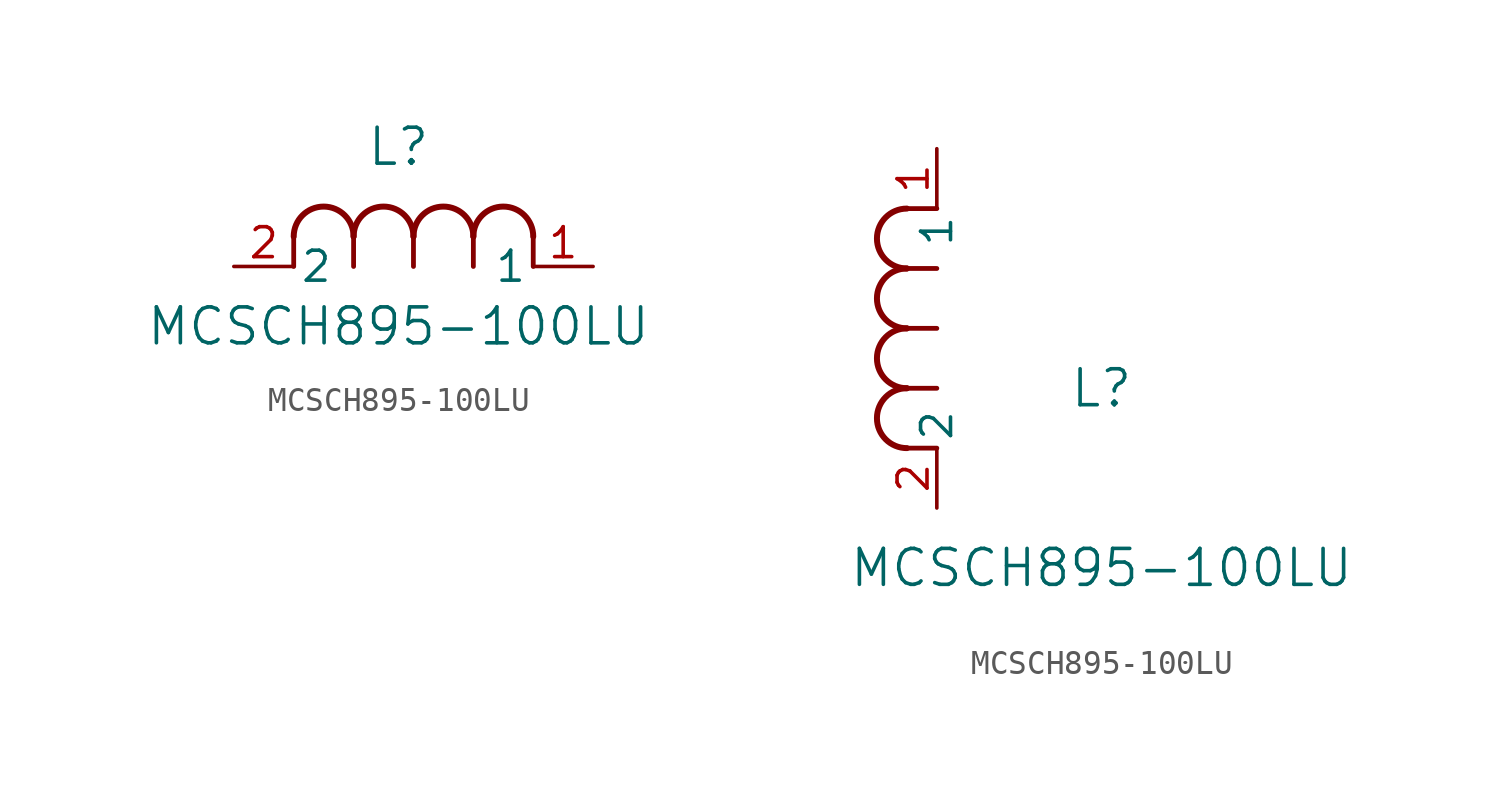
<source format=kicad_sym>
(kicad_symbol_lib
  (version 20211014)
  (generator kicad_symbol_editor)
  (symbol "MCSCH895-100LU"
    (pin_names
      (offset 0.254))
    (property "Reference" "L"
      (at 6.985 5.08 0)
      (effects (font (size 1.524 1.524))))
    (property "Value" "MCSCH895-100LU"
      (at 6.985 -2.54 0)
      (effects (font (size 1.524 1.524))))
    (symbol "MCSCH895-100LU_1_1"
      (arc (start 7.62 1.27) (mid 6.35 2.54) (end 5.08 1.27) (stroke (width 0.254) (type default) (color 0 0 0 0)) (fill (type none)))
      (polyline (pts (xy 5.08 0) (xy 5.08 1.27)) (stroke (width 0.203) (type default) (color 0 0 0 0)) (fill (type none)))
      (polyline (pts (xy 7.62 0) (xy 7.62 1.27)) (stroke (width 0.203) (type default) (color 0 0 0 0)) (fill (type none)))
      (polyline (pts (xy 12.7 0) (xy 12.7 1.27)) (stroke (width 0.203) (type default) (color 0 0 0 0)) (fill (type none)))
      (arc (start 5.08 1.27) (mid 3.81 2.54) (end 2.54 1.27) (stroke (width 0.254) (type default) (color 0 0 0 0)) (fill (type none)))
      (arc (start 10.16 1.27) (mid 8.89 2.54) (end 7.62 1.27) (stroke (width 0.254) (type default) (color 0 0 0 0)) (fill (type none)))
      (arc (start 12.7 1.27) (mid 11.43 2.54) (end 10.16 1.27) (stroke (width 0.254) (type default) (color 0 0 0 0)) (fill (type none)))
      (polyline (pts (xy 2.54 0) (xy 2.54 1.27)) (stroke (width 0.203) (type default) (color 0 0 0 0)) (fill (type none)))
      (polyline (pts (xy 10.16 0) (xy 10.16 1.27)) (stroke (width 0.203) (type default) (color 0 0 0 0)) (fill (type none)))
      (pin unspecified line (at 0 0 0) (length 2.54) (name "2" (effects (font (size 1.27 1.27)))) (number "2" (effects (font (size 1.27 1.27)))))
      (pin unspecified line (at 15.24 0 180) (length 2.54) (name "1" (effects (font (size 1.27 1.27)))) (number "1" (effects (font (size 1.27 1.27))))))
    (symbol "MCSCH895-100LU_1_2"
      (arc (start -1.27 7.62) (mid -2.54 6.35) (end -1.27 5.08) (stroke (width 0.254) (type default) (color 0 0 0 0)) (fill (type none)))
      (arc (start -1.27 5.08) (mid -2.54 3.81) (end -1.27 2.54) (stroke (width 0.254) (type default) (color 0 0 0 0)) (fill (type none)))
      (arc (start -1.27 12.7) (mid -2.54 11.43) (end -1.27 10.16) (stroke (width 0.254) (type default) (color 0 0 0 0)) (fill (type none)))
      (arc (start -1.27 10.16) (mid -2.54 8.89) (end -1.27 7.62) (stroke (width 0.254) (type default) (color 0 0 0 0)) (fill (type none)))
      (polyline (pts (xy 0 7.62) (xy -1.27 7.62)) (stroke (width 0.203) (type default) (color 0 0 0 0)) (fill (type none)))
      (polyline (pts (xy 0 5.08) (xy -1.27 5.08)) (stroke (width 0.203) (type default) (color 0 0 0 0)) (fill (type none)))
      (polyline (pts (xy 0 12.7) (xy -1.27 12.7)) (stroke (width 0.203) (type default) (color 0 0 0 0)) (fill (type none)))
      (polyline (pts (xy 0 2.54) (xy -1.27 2.54)) (stroke (width 0.203) (type default) (color 0 0 0 0)) (fill (type none)))
      (polyline (pts (xy 0 10.16) (xy -1.27 10.16)) (stroke (width 0.203) (type default) (color 0 0 0 0)) (fill (type none)))
      (pin unspecified line (at 0 0 90) (length 2.54) (name "2" (effects (font (size 1.27 1.27)))) (number "2" (effects (font (size 1.27 1.27)))))
      (pin unspecified line (at 0 15.24 270) (length 2.54) (name "1" (effects (font (size 1.27 1.27)))) (number "1" (effects (font (size 1.27 1.27))))))))
</source>
